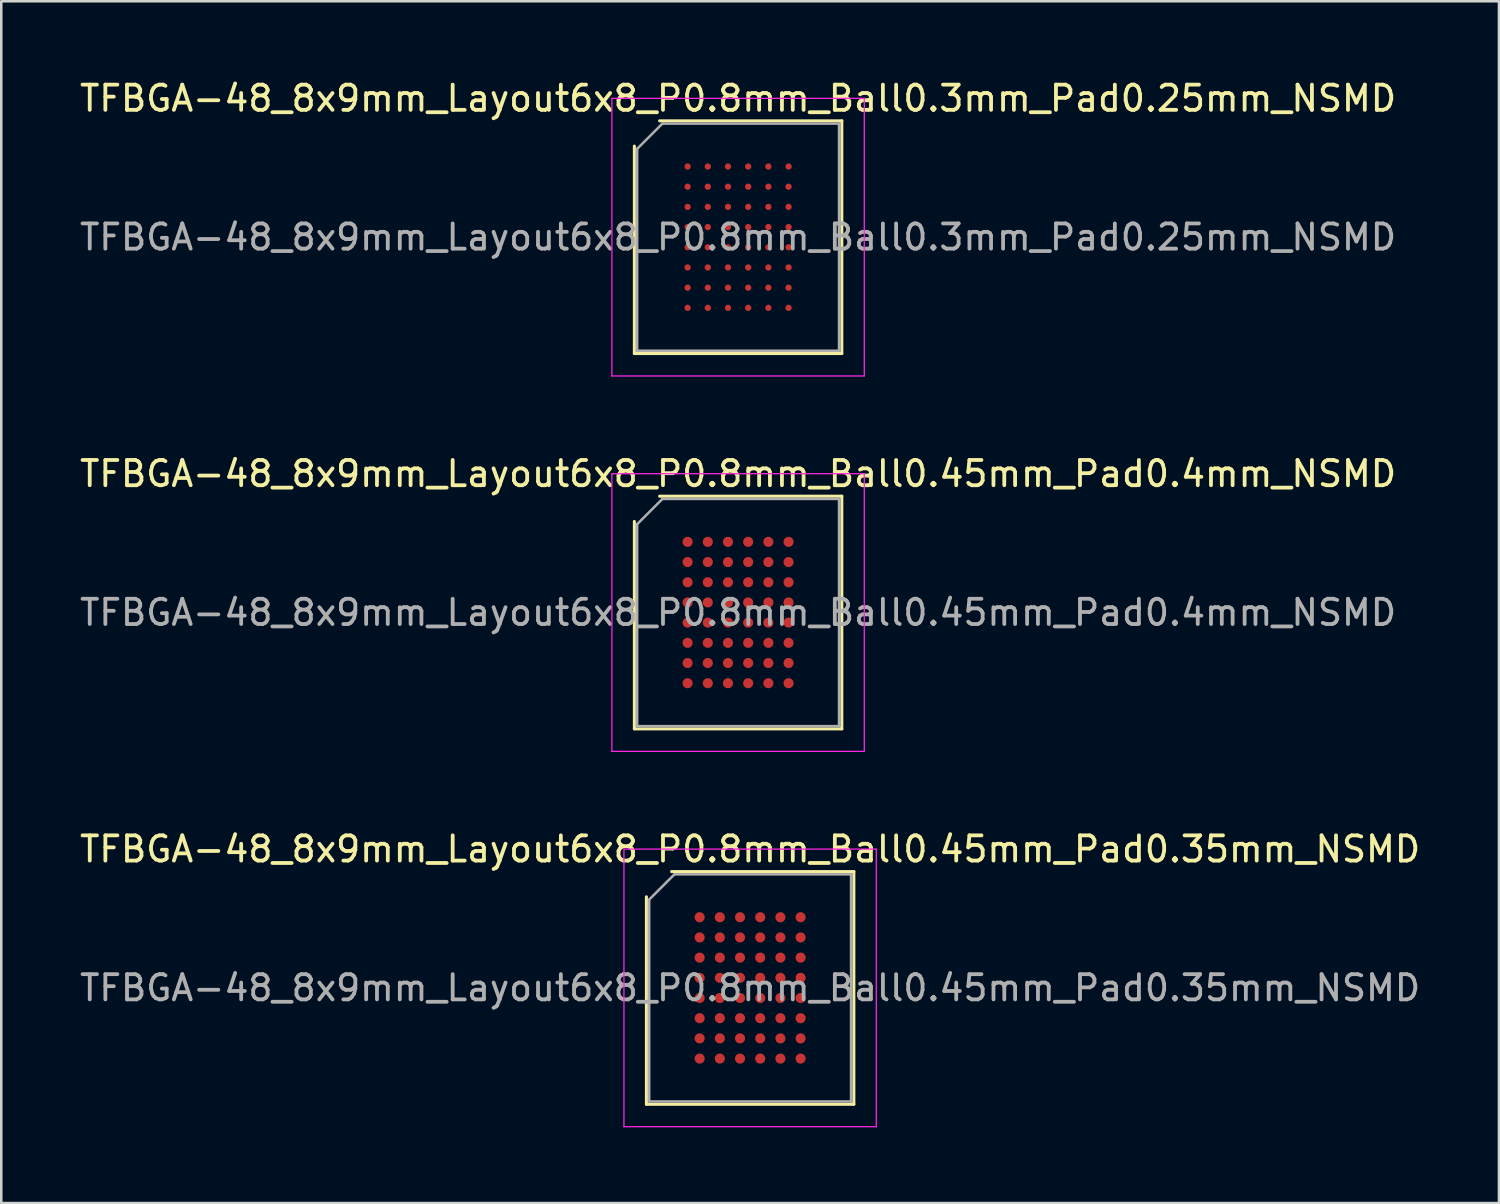
<source format=kicad_pcb>
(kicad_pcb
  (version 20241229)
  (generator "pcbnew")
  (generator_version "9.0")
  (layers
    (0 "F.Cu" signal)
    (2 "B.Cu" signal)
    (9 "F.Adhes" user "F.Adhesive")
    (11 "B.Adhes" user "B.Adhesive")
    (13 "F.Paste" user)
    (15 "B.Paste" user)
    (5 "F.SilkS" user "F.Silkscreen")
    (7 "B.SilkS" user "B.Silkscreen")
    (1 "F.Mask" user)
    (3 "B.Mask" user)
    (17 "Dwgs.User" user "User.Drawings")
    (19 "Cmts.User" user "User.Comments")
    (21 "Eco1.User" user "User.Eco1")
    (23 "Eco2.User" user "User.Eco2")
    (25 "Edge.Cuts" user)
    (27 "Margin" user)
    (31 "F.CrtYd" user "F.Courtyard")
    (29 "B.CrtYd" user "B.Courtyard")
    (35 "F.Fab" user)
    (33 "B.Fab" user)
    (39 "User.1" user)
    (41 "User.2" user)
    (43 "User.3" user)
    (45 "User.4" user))
  (footprint "TFBGA-48_8x9mm_Layout6x8_P0.8mm_Ball0.45mm_Pad0.35mm_NSMD"
    (layer "F.Cu")
    (at 26.673 36.095)
    (property "Reference" "TFBGA-48_8x9mm_Layout6x8_P0.8mm_Ball0.45mm_Pad0.35mm_NSMD" (at 0 -5.5 0) (layer "F.SilkS") (effects (font (size 1 1) (thickness 0.15))))
    (attr smd)
    (fp_line (start -4.11 4.61) (end -4.11 -3.61) (stroke (width 0.12) (type solid)) (layer "F.SilkS"))
    (fp_line (start -3.11 -4.61) (end 4.11 -4.61) (stroke (width 0.12) (type solid)) (layer "F.SilkS"))
    (fp_line (start 4.11 -4.61) (end 4.11 4.61) (stroke (width 0.12) (type solid)) (layer "F.SilkS"))
    (fp_line (start 4.11 4.61) (end -4.11 4.61) (stroke (width 0.12) (type solid)) (layer "F.SilkS"))
    (fp_line (start -5 -5.5) (end -5 5.5) (stroke (width 0.05) (type solid)) (layer "F.CrtYd"))
    (fp_line (start -5 5.5) (end 5 5.5) (stroke (width 0.05) (type solid)) (layer "F.CrtYd"))
    (fp_line (start 5 -5.5) (end -5 -5.5) (stroke (width 0.05) (type solid)) (layer "F.CrtYd"))
    (fp_line (start 5 5.5) (end 5 -5.5) (stroke (width 0.05) (type solid)) (layer "F.CrtYd"))
    (fp_line (start -4 -3.5) (end -3 -4.5) (stroke (width 0.1) (type solid)) (layer "F.Fab"))
    (fp_line (start -4 4.5) (end -4 -3.5) (stroke (width 0.1) (type solid)) (layer "F.Fab"))
    (fp_line (start -3 -4.5) (end 4 -4.5) (stroke (width 0.1) (type solid)) (layer "F.Fab"))
    (fp_line (start 4 -4.5) (end 4 4.5) (stroke (width 0.1) (type solid)) (layer "F.Fab"))
    (fp_line (start 4 4.5) (end -4 4.5) (stroke (width 0.1) (type solid)) (layer "F.Fab"))
    (fp_text user "${REFERENCE}" (at 0 0 0) (layer "F.Fab") (effects (font (size 1 1) (thickness 0.15))))
    (pad "A1" smd circle (at -2 -2.8) (size 0.4 0.4) (layers "F.Cu" "F.Mask" "F.Paste"))
    (pad "A2" smd circle (at -1.2 -2.8) (size 0.4 0.4) (layers "F.Cu" "F.Mask" "F.Paste"))
    (pad "A3" smd circle (at -0.4 -2.8) (size 0.4 0.4) (layers "F.Cu" "F.Mask" "F.Paste"))
    (pad "A4" smd circle (at 0.4 -2.8) (size 0.4 0.4) (layers "F.Cu" "F.Mask" "F.Paste"))
    (pad "A5" smd circle (at 1.2 -2.8) (size 0.4 0.4) (layers "F.Cu" "F.Mask" "F.Paste"))
    (pad "A6" smd circle (at 2 -2.8) (size 0.4 0.4) (layers "F.Cu" "F.Mask" "F.Paste"))
    (pad "B1" smd circle (at -2 -2) (size 0.4 0.4) (layers "F.Cu" "F.Mask" "F.Paste"))
    (pad "B2" smd circle (at -1.2 -2) (size 0.4 0.4) (layers "F.Cu" "F.Mask" "F.Paste"))
    (pad "B3" smd circle (at -0.4 -2) (size 0.4 0.4) (layers "F.Cu" "F.Mask" "F.Paste"))
    (pad "B4" smd circle (at 0.4 -2) (size 0.4 0.4) (layers "F.Cu" "F.Mask" "F.Paste"))
    (pad "B5" smd circle (at 1.2 -2) (size 0.4 0.4) (layers "F.Cu" "F.Mask" "F.Paste"))
    (pad "B6" smd circle (at 2 -2) (size 0.4 0.4) (layers "F.Cu" "F.Mask" "F.Paste"))
    (pad "C1" smd circle (at -2 -1.2) (size 0.4 0.4) (layers "F.Cu" "F.Mask" "F.Paste"))
    (pad "C2" smd circle (at -1.2 -1.2) (size 0.4 0.4) (layers "F.Cu" "F.Mask" "F.Paste"))
    (pad "C3" smd circle (at -0.4 -1.2) (size 0.4 0.4) (layers "F.Cu" "F.Mask" "F.Paste"))
    (pad "C4" smd circle (at 0.4 -1.2) (size 0.4 0.4) (layers "F.Cu" "F.Mask" "F.Paste"))
    (pad "C5" smd circle (at 1.2 -1.2) (size 0.4 0.4) (layers "F.Cu" "F.Mask" "F.Paste"))
    (pad "C6" smd circle (at 2 -1.2) (size 0.4 0.4) (layers "F.Cu" "F.Mask" "F.Paste"))
    (pad "D1" smd circle (at -2 -0.4) (size 0.4 0.4) (layers "F.Cu" "F.Mask" "F.Paste"))
    (pad "D2" smd circle (at -1.2 -0.4) (size 0.4 0.4) (layers "F.Cu" "F.Mask" "F.Paste"))
    (pad "D3" smd circle (at -0.4 -0.4) (size 0.4 0.4) (layers "F.Cu" "F.Mask" "F.Paste"))
    (pad "D4" smd circle (at 0.4 -0.4) (size 0.4 0.4) (layers "F.Cu" "F.Mask" "F.Paste"))
    (pad "D5" smd circle (at 1.2 -0.4) (size 0.4 0.4) (layers "F.Cu" "F.Mask" "F.Paste"))
    (pad "D6" smd circle (at 2 -0.4) (size 0.4 0.4) (layers "F.Cu" "F.Mask" "F.Paste"))
    (pad "E1" smd circle (at -2 0.4) (size 0.4 0.4) (layers "F.Cu" "F.Mask" "F.Paste"))
    (pad "E2" smd circle (at -1.2 0.4) (size 0.4 0.4) (layers "F.Cu" "F.Mask" "F.Paste"))
    (pad "E3" smd circle (at -0.4 0.4) (size 0.4 0.4) (layers "F.Cu" "F.Mask" "F.Paste"))
    (pad "E4" smd circle (at 0.4 0.4) (size 0.4 0.4) (layers "F.Cu" "F.Mask" "F.Paste"))
    (pad "E5" smd circle (at 1.2 0.4) (size 0.4 0.4) (layers "F.Cu" "F.Mask" "F.Paste"))
    (pad "E6" smd circle (at 2 0.4) (size 0.4 0.4) (layers "F.Cu" "F.Mask" "F.Paste"))
    (pad "F1" smd circle (at -2 1.2) (size 0.4 0.4) (layers "F.Cu" "F.Mask" "F.Paste"))
    (pad "F2" smd circle (at -1.2 1.2) (size 0.4 0.4) (layers "F.Cu" "F.Mask" "F.Paste"))
    (pad "F3" smd circle (at -0.4 1.2) (size 0.4 0.4) (layers "F.Cu" "F.Mask" "F.Paste"))
    (pad "F4" smd circle (at 0.4 1.2) (size 0.4 0.4) (layers "F.Cu" "F.Mask" "F.Paste"))
    (pad "F5" smd circle (at 1.2 1.2) (size 0.4 0.4) (layers "F.Cu" "F.Mask" "F.Paste"))
    (pad "F6" smd circle (at 2 1.2) (size 0.4 0.4) (layers "F.Cu" "F.Mask" "F.Paste"))
    (pad "G1" smd circle (at -2 2) (size 0.4 0.4) (layers "F.Cu" "F.Mask" "F.Paste"))
    (pad "G2" smd circle (at -1.2 2) (size 0.4 0.4) (layers "F.Cu" "F.Mask" "F.Paste"))
    (pad "G3" smd circle (at -0.4 2) (size 0.4 0.4) (layers "F.Cu" "F.Mask" "F.Paste"))
    (pad "G4" smd circle (at 0.4 2) (size 0.4 0.4) (layers "F.Cu" "F.Mask" "F.Paste"))
    (pad "G5" smd circle (at 1.2 2) (size 0.4 0.4) (layers "F.Cu" "F.Mask" "F.Paste"))
    (pad "G6" smd circle (at 2 2) (size 0.4 0.4) (layers "F.Cu" "F.Mask" "F.Paste"))
    (pad "H1" smd circle (at -2 2.8) (size 0.4 0.4) (layers "F.Cu" "F.Mask" "F.Paste"))
    (pad "H2" smd circle (at -1.2 2.8) (size 0.4 0.4) (layers "F.Cu" "F.Mask" "F.Paste"))
    (pad "H3" smd circle (at -0.4 2.8) (size 0.4 0.4) (layers "F.Cu" "F.Mask" "F.Paste"))
    (pad "H4" smd circle (at 0.4 2.8) (size 0.4 0.4) (layers "F.Cu" "F.Mask" "F.Paste"))
    (pad "H5" smd circle (at 1.2 2.8) (size 0.4 0.4) (layers "F.Cu" "F.Mask" "F.Paste"))
    (pad "H6" smd circle (at 2 2.8) (size 0.4 0.4) (layers "F.Cu" "F.Mask" "F.Paste")))
  (footprint "TFBGA-48_8x9mm_Layout6x8_P0.8mm_Ball0.3mm_Pad0.25mm_NSMD"
    (layer "F.Cu")
    (at 26.196 6.348)
    (property "Reference" "TFBGA-48_8x9mm_Layout6x8_P0.8mm_Ball0.3mm_Pad0.25mm_NSMD" (at 0 -5.5 0) (layer "F.SilkS") (effects (font (size 1 1) (thickness 0.15))))
    (attr smd)
    (fp_line (start -4.11 4.61) (end -4.11 -3.61) (stroke (width 0.12) (type solid)) (layer "F.SilkS"))
    (fp_line (start -3.11 -4.61) (end 4.11 -4.61) (stroke (width 0.12) (type solid)) (layer "F.SilkS"))
    (fp_line (start 4.11 -4.61) (end 4.11 4.61) (stroke (width 0.12) (type solid)) (layer "F.SilkS"))
    (fp_line (start 4.11 4.61) (end -4.11 4.61) (stroke (width 0.12) (type solid)) (layer "F.SilkS"))
    (fp_line (start -5 -5.5) (end -5 5.5) (stroke (width 0.05) (type solid)) (layer "F.CrtYd"))
    (fp_line (start -5 5.5) (end 5 5.5) (stroke (width 0.05) (type solid)) (layer "F.CrtYd"))
    (fp_line (start 5 -5.5) (end -5 -5.5) (stroke (width 0.05) (type solid)) (layer "F.CrtYd"))
    (fp_line (start 5 5.5) (end 5 -5.5) (stroke (width 0.05) (type solid)) (layer "F.CrtYd"))
    (fp_line (start -4 -3.5) (end -3 -4.5) (stroke (width 0.1) (type solid)) (layer "F.Fab"))
    (fp_line (start -4 4.5) (end -4 -3.5) (stroke (width 0.1) (type solid)) (layer "F.Fab"))
    (fp_line (start -3 -4.5) (end 4 -4.5) (stroke (width 0.1) (type solid)) (layer "F.Fab"))
    (fp_line (start 4 -4.5) (end 4 4.5) (stroke (width 0.1) (type solid)) (layer "F.Fab"))
    (fp_line (start 4 4.5) (end -4 4.5) (stroke (width 0.1) (type solid)) (layer "F.Fab"))
    (fp_text user "${REFERENCE}" (at 0 0 0) (layer "F.Fab") (effects (font (size 1 1) (thickness 0.15))))
    (pad "A1" smd circle (at -2 -2.8) (size 0.25 0.25) (layers "F.Cu" "F.Mask" "F.Paste"))
    (pad "A2" smd circle (at -1.2 -2.8) (size 0.25 0.25) (layers "F.Cu" "F.Mask" "F.Paste"))
    (pad "A3" smd circle (at -0.4 -2.8) (size 0.25 0.25) (layers "F.Cu" "F.Mask" "F.Paste"))
    (pad "A4" smd circle (at 0.4 -2.8) (size 0.25 0.25) (layers "F.Cu" "F.Mask" "F.Paste"))
    (pad "A5" smd circle (at 1.2 -2.8) (size 0.25 0.25) (layers "F.Cu" "F.Mask" "F.Paste"))
    (pad "A6" smd circle (at 2 -2.8) (size 0.25 0.25) (layers "F.Cu" "F.Mask" "F.Paste"))
    (pad "B1" smd circle (at -2 -2) (size 0.25 0.25) (layers "F.Cu" "F.Mask" "F.Paste"))
    (pad "B2" smd circle (at -1.2 -2) (size 0.25 0.25) (layers "F.Cu" "F.Mask" "F.Paste"))
    (pad "B3" smd circle (at -0.4 -2) (size 0.25 0.25) (layers "F.Cu" "F.Mask" "F.Paste"))
    (pad "B4" smd circle (at 0.4 -2) (size 0.25 0.25) (layers "F.Cu" "F.Mask" "F.Paste"))
    (pad "B5" smd circle (at 1.2 -2) (size 0.25 0.25) (layers "F.Cu" "F.Mask" "F.Paste"))
    (pad "B6" smd circle (at 2 -2) (size 0.25 0.25) (layers "F.Cu" "F.Mask" "F.Paste"))
    (pad "C1" smd circle (at -2 -1.2) (size 0.25 0.25) (layers "F.Cu" "F.Mask" "F.Paste"))
    (pad "C2" smd circle (at -1.2 -1.2) (size 0.25 0.25) (layers "F.Cu" "F.Mask" "F.Paste"))
    (pad "C3" smd circle (at -0.4 -1.2) (size 0.25 0.25) (layers "F.Cu" "F.Mask" "F.Paste"))
    (pad "C4" smd circle (at 0.4 -1.2) (size 0.25 0.25) (layers "F.Cu" "F.Mask" "F.Paste"))
    (pad "C5" smd circle (at 1.2 -1.2) (size 0.25 0.25) (layers "F.Cu" "F.Mask" "F.Paste"))
    (pad "C6" smd circle (at 2 -1.2) (size 0.25 0.25) (layers "F.Cu" "F.Mask" "F.Paste"))
    (pad "D1" smd circle (at -2 -0.4) (size 0.25 0.25) (layers "F.Cu" "F.Mask" "F.Paste"))
    (pad "D2" smd circle (at -1.2 -0.4) (size 0.25 0.25) (layers "F.Cu" "F.Mask" "F.Paste"))
    (pad "D3" smd circle (at -0.4 -0.4) (size 0.25 0.25) (layers "F.Cu" "F.Mask" "F.Paste"))
    (pad "D4" smd circle (at 0.4 -0.4) (size 0.25 0.25) (layers "F.Cu" "F.Mask" "F.Paste"))
    (pad "D5" smd circle (at 1.2 -0.4) (size 0.25 0.25) (layers "F.Cu" "F.Mask" "F.Paste"))
    (pad "D6" smd circle (at 2 -0.4) (size 0.25 0.25) (layers "F.Cu" "F.Mask" "F.Paste"))
    (pad "E1" smd circle (at -2 0.4) (size 0.25 0.25) (layers "F.Cu" "F.Mask" "F.Paste"))
    (pad "E2" smd circle (at -1.2 0.4) (size 0.25 0.25) (layers "F.Cu" "F.Mask" "F.Paste"))
    (pad "E3" smd circle (at -0.4 0.4) (size 0.25 0.25) (layers "F.Cu" "F.Mask" "F.Paste"))
    (pad "E4" smd circle (at 0.4 0.4) (size 0.25 0.25) (layers "F.Cu" "F.Mask" "F.Paste"))
    (pad "E5" smd circle (at 1.2 0.4) (size 0.25 0.25) (layers "F.Cu" "F.Mask" "F.Paste"))
    (pad "E6" smd circle (at 2 0.4) (size 0.25 0.25) (layers "F.Cu" "F.Mask" "F.Paste"))
    (pad "F1" smd circle (at -2 1.2) (size 0.25 0.25) (layers "F.Cu" "F.Mask" "F.Paste"))
    (pad "F2" smd circle (at -1.2 1.2) (size 0.25 0.25) (layers "F.Cu" "F.Mask" "F.Paste"))
    (pad "F3" smd circle (at -0.4 1.2) (size 0.25 0.25) (layers "F.Cu" "F.Mask" "F.Paste"))
    (pad "F4" smd circle (at 0.4 1.2) (size 0.25 0.25) (layers "F.Cu" "F.Mask" "F.Paste"))
    (pad "F5" smd circle (at 1.2 1.2) (size 0.25 0.25) (layers "F.Cu" "F.Mask" "F.Paste"))
    (pad "F6" smd circle (at 2 1.2) (size 0.25 0.25) (layers "F.Cu" "F.Mask" "F.Paste"))
    (pad "G1" smd circle (at -2 2) (size 0.25 0.25) (layers "F.Cu" "F.Mask" "F.Paste"))
    (pad "G2" smd circle (at -1.2 2) (size 0.25 0.25) (layers "F.Cu" "F.Mask" "F.Paste"))
    (pad "G3" smd circle (at -0.4 2) (size 0.25 0.25) (layers "F.Cu" "F.Mask" "F.Paste"))
    (pad "G4" smd circle (at 0.4 2) (size 0.25 0.25) (layers "F.Cu" "F.Mask" "F.Paste"))
    (pad "G5" smd circle (at 1.2 2) (size 0.25 0.25) (layers "F.Cu" "F.Mask" "F.Paste"))
    (pad "G6" smd circle (at 2 2) (size 0.25 0.25) (layers "F.Cu" "F.Mask" "F.Paste"))
    (pad "H1" smd circle (at -2 2.8) (size 0.25 0.25) (layers "F.Cu" "F.Mask" "F.Paste"))
    (pad "H2" smd circle (at -1.2 2.8) (size 0.25 0.25) (layers "F.Cu" "F.Mask" "F.Paste"))
    (pad "H3" smd circle (at -0.4 2.8) (size 0.25 0.25) (layers "F.Cu" "F.Mask" "F.Paste"))
    (pad "H4" smd circle (at 0.4 2.8) (size 0.25 0.25) (layers "F.Cu" "F.Mask" "F.Paste"))
    (pad "H5" smd circle (at 1.2 2.8) (size 0.25 0.25) (layers "F.Cu" "F.Mask" "F.Paste"))
    (pad "H6" smd circle (at 2 2.8) (size 0.25 0.25) (layers "F.Cu" "F.Mask" "F.Paste")))
  (footprint "TFBGA-48_8x9mm_Layout6x8_P0.8mm_Ball0.45mm_Pad0.4mm_NSMD"
    (layer "F.Cu")
    (at 26.196 21.221)
    (property "Reference" "TFBGA-48_8x9mm_Layout6x8_P0.8mm_Ball0.45mm_Pad0.4mm_NSMD" (at 0 -5.5 0) (layer "F.SilkS") (effects (font (size 1 1) (thickness 0.15))))
    (attr smd)
    (fp_line (start -4.11 4.61) (end -4.11 -3.61) (stroke (width 0.12) (type solid)) (layer "F.SilkS"))
    (fp_line (start -3.11 -4.61) (end 4.11 -4.61) (stroke (width 0.12) (type solid)) (layer "F.SilkS"))
    (fp_line (start 4.11 -4.61) (end 4.11 4.61) (stroke (width 0.12) (type solid)) (layer "F.SilkS"))
    (fp_line (start 4.11 4.61) (end -4.11 4.61) (stroke (width 0.12) (type solid)) (layer "F.SilkS"))
    (fp_line (start -5 -5.5) (end -5 5.5) (stroke (width 0.05) (type solid)) (layer "F.CrtYd"))
    (fp_line (start -5 5.5) (end 5 5.5) (stroke (width 0.05) (type solid)) (layer "F.CrtYd"))
    (fp_line (start 5 -5.5) (end -5 -5.5) (stroke (width 0.05) (type solid)) (layer "F.CrtYd"))
    (fp_line (start 5 5.5) (end 5 -5.5) (stroke (width 0.05) (type solid)) (layer "F.CrtYd"))
    (fp_line (start -4 -3.5) (end -3 -4.5) (stroke (width 0.1) (type solid)) (layer "F.Fab"))
    (fp_line (start -4 4.5) (end -4 -3.5) (stroke (width 0.1) (type solid)) (layer "F.Fab"))
    (fp_line (start -3 -4.5) (end 4 -4.5) (stroke (width 0.1) (type solid)) (layer "F.Fab"))
    (fp_line (start 4 -4.5) (end 4 4.5) (stroke (width 0.1) (type solid)) (layer "F.Fab"))
    (fp_line (start 4 4.5) (end -4 4.5) (stroke (width 0.1) (type solid)) (layer "F.Fab"))
    (fp_text user "${REFERENCE}" (at 0 0 0) (layer "F.Fab") (effects (font (size 1 1) (thickness 0.15))))
    (pad "A1" smd circle (at -2 -2.8) (size 0.4 0.4) (layers "F.Cu" "F.Mask" "F.Paste"))
    (pad "A2" smd circle (at -1.2 -2.8) (size 0.4 0.4) (layers "F.Cu" "F.Mask" "F.Paste"))
    (pad "A3" smd circle (at -0.4 -2.8) (size 0.4 0.4) (layers "F.Cu" "F.Mask" "F.Paste"))
    (pad "A4" smd circle (at 0.4 -2.8) (size 0.4 0.4) (layers "F.Cu" "F.Mask" "F.Paste"))
    (pad "A5" smd circle (at 1.2 -2.8) (size 0.4 0.4) (layers "F.Cu" "F.Mask" "F.Paste"))
    (pad "A6" smd circle (at 2 -2.8) (size 0.4 0.4) (layers "F.Cu" "F.Mask" "F.Paste"))
    (pad "B1" smd circle (at -2 -2) (size 0.4 0.4) (layers "F.Cu" "F.Mask" "F.Paste"))
    (pad "B2" smd circle (at -1.2 -2) (size 0.4 0.4) (layers "F.Cu" "F.Mask" "F.Paste"))
    (pad "B3" smd circle (at -0.4 -2) (size 0.4 0.4) (layers "F.Cu" "F.Mask" "F.Paste"))
    (pad "B4" smd circle (at 0.4 -2) (size 0.4 0.4) (layers "F.Cu" "F.Mask" "F.Paste"))
    (pad "B5" smd circle (at 1.2 -2) (size 0.4 0.4) (layers "F.Cu" "F.Mask" "F.Paste"))
    (pad "B6" smd circle (at 2 -2) (size 0.4 0.4) (layers "F.Cu" "F.Mask" "F.Paste"))
    (pad "C1" smd circle (at -2 -1.2) (size 0.4 0.4) (layers "F.Cu" "F.Mask" "F.Paste"))
    (pad "C2" smd circle (at -1.2 -1.2) (size 0.4 0.4) (layers "F.Cu" "F.Mask" "F.Paste"))
    (pad "C3" smd circle (at -0.4 -1.2) (size 0.4 0.4) (layers "F.Cu" "F.Mask" "F.Paste"))
    (pad "C4" smd circle (at 0.4 -1.2) (size 0.4 0.4) (layers "F.Cu" "F.Mask" "F.Paste"))
    (pad "C5" smd circle (at 1.2 -1.2) (size 0.4 0.4) (layers "F.Cu" "F.Mask" "F.Paste"))
    (pad "C6" smd circle (at 2 -1.2) (size 0.4 0.4) (layers "F.Cu" "F.Mask" "F.Paste"))
    (pad "D1" smd circle (at -2 -0.4) (size 0.4 0.4) (layers "F.Cu" "F.Mask" "F.Paste"))
    (pad "D2" smd circle (at -1.2 -0.4) (size 0.4 0.4) (layers "F.Cu" "F.Mask" "F.Paste"))
    (pad "D3" smd circle (at -0.4 -0.4) (size 0.4 0.4) (layers "F.Cu" "F.Mask" "F.Paste"))
    (pad "D4" smd circle (at 0.4 -0.4) (size 0.4 0.4) (layers "F.Cu" "F.Mask" "F.Paste"))
    (pad "D5" smd circle (at 1.2 -0.4) (size 0.4 0.4) (layers "F.Cu" "F.Mask" "F.Paste"))
    (pad "D6" smd circle (at 2 -0.4) (size 0.4 0.4) (layers "F.Cu" "F.Mask" "F.Paste"))
    (pad "E1" smd circle (at -2 0.4) (size 0.4 0.4) (layers "F.Cu" "F.Mask" "F.Paste"))
    (pad "E2" smd circle (at -1.2 0.4) (size 0.4 0.4) (layers "F.Cu" "F.Mask" "F.Paste"))
    (pad "E3" smd circle (at -0.4 0.4) (size 0.4 0.4) (layers "F.Cu" "F.Mask" "F.Paste"))
    (pad "E4" smd circle (at 0.4 0.4) (size 0.4 0.4) (layers "F.Cu" "F.Mask" "F.Paste"))
    (pad "E5" smd circle (at 1.2 0.4) (size 0.4 0.4) (layers "F.Cu" "F.Mask" "F.Paste"))
    (pad "E6" smd circle (at 2 0.4) (size 0.4 0.4) (layers "F.Cu" "F.Mask" "F.Paste"))
    (pad "F1" smd circle (at -2 1.2) (size 0.4 0.4) (layers "F.Cu" "F.Mask" "F.Paste"))
    (pad "F2" smd circle (at -1.2 1.2) (size 0.4 0.4) (layers "F.Cu" "F.Mask" "F.Paste"))
    (pad "F3" smd circle (at -0.4 1.2) (size 0.4 0.4) (layers "F.Cu" "F.Mask" "F.Paste"))
    (pad "F4" smd circle (at 0.4 1.2) (size 0.4 0.4) (layers "F.Cu" "F.Mask" "F.Paste"))
    (pad "F5" smd circle (at 1.2 1.2) (size 0.4 0.4) (layers "F.Cu" "F.Mask" "F.Paste"))
    (pad "F6" smd circle (at 2 1.2) (size 0.4 0.4) (layers "F.Cu" "F.Mask" "F.Paste"))
    (pad "G1" smd circle (at -2 2) (size 0.4 0.4) (layers "F.Cu" "F.Mask" "F.Paste"))
    (pad "G2" smd circle (at -1.2 2) (size 0.4 0.4) (layers "F.Cu" "F.Mask" "F.Paste"))
    (pad "G3" smd circle (at -0.4 2) (size 0.4 0.4) (layers "F.Cu" "F.Mask" "F.Paste"))
    (pad "G4" smd circle (at 0.4 2) (size 0.4 0.4) (layers "F.Cu" "F.Mask" "F.Paste"))
    (pad "G5" smd circle (at 1.2 2) (size 0.4 0.4) (layers "F.Cu" "F.Mask" "F.Paste"))
    (pad "G6" smd circle (at 2 2) (size 0.4 0.4) (layers "F.Cu" "F.Mask" "F.Paste"))
    (pad "H1" smd circle (at -2 2.8) (size 0.4 0.4) (layers "F.Cu" "F.Mask" "F.Paste"))
    (pad "H2" smd circle (at -1.2 2.8) (size 0.4 0.4) (layers "F.Cu" "F.Mask" "F.Paste"))
    (pad "H3" smd circle (at -0.4 2.8) (size 0.4 0.4) (layers "F.Cu" "F.Mask" "F.Paste"))
    (pad "H4" smd circle (at 0.4 2.8) (size 0.4 0.4) (layers "F.Cu" "F.Mask" "F.Paste"))
    (pad "H5" smd circle (at 1.2 2.8) (size 0.4 0.4) (layers "F.Cu" "F.Mask" "F.Paste"))
    (pad "H6" smd circle (at 2 2.8) (size 0.4 0.4) (layers "F.Cu" "F.Mask" "F.Paste")))
  (gr_rect
    (start -3 -3)
    (end 56.345 44.62)
    (stroke (width 0.1) (type default))
    (fill no)
    (layer "Edge.Cuts")))
</source>
